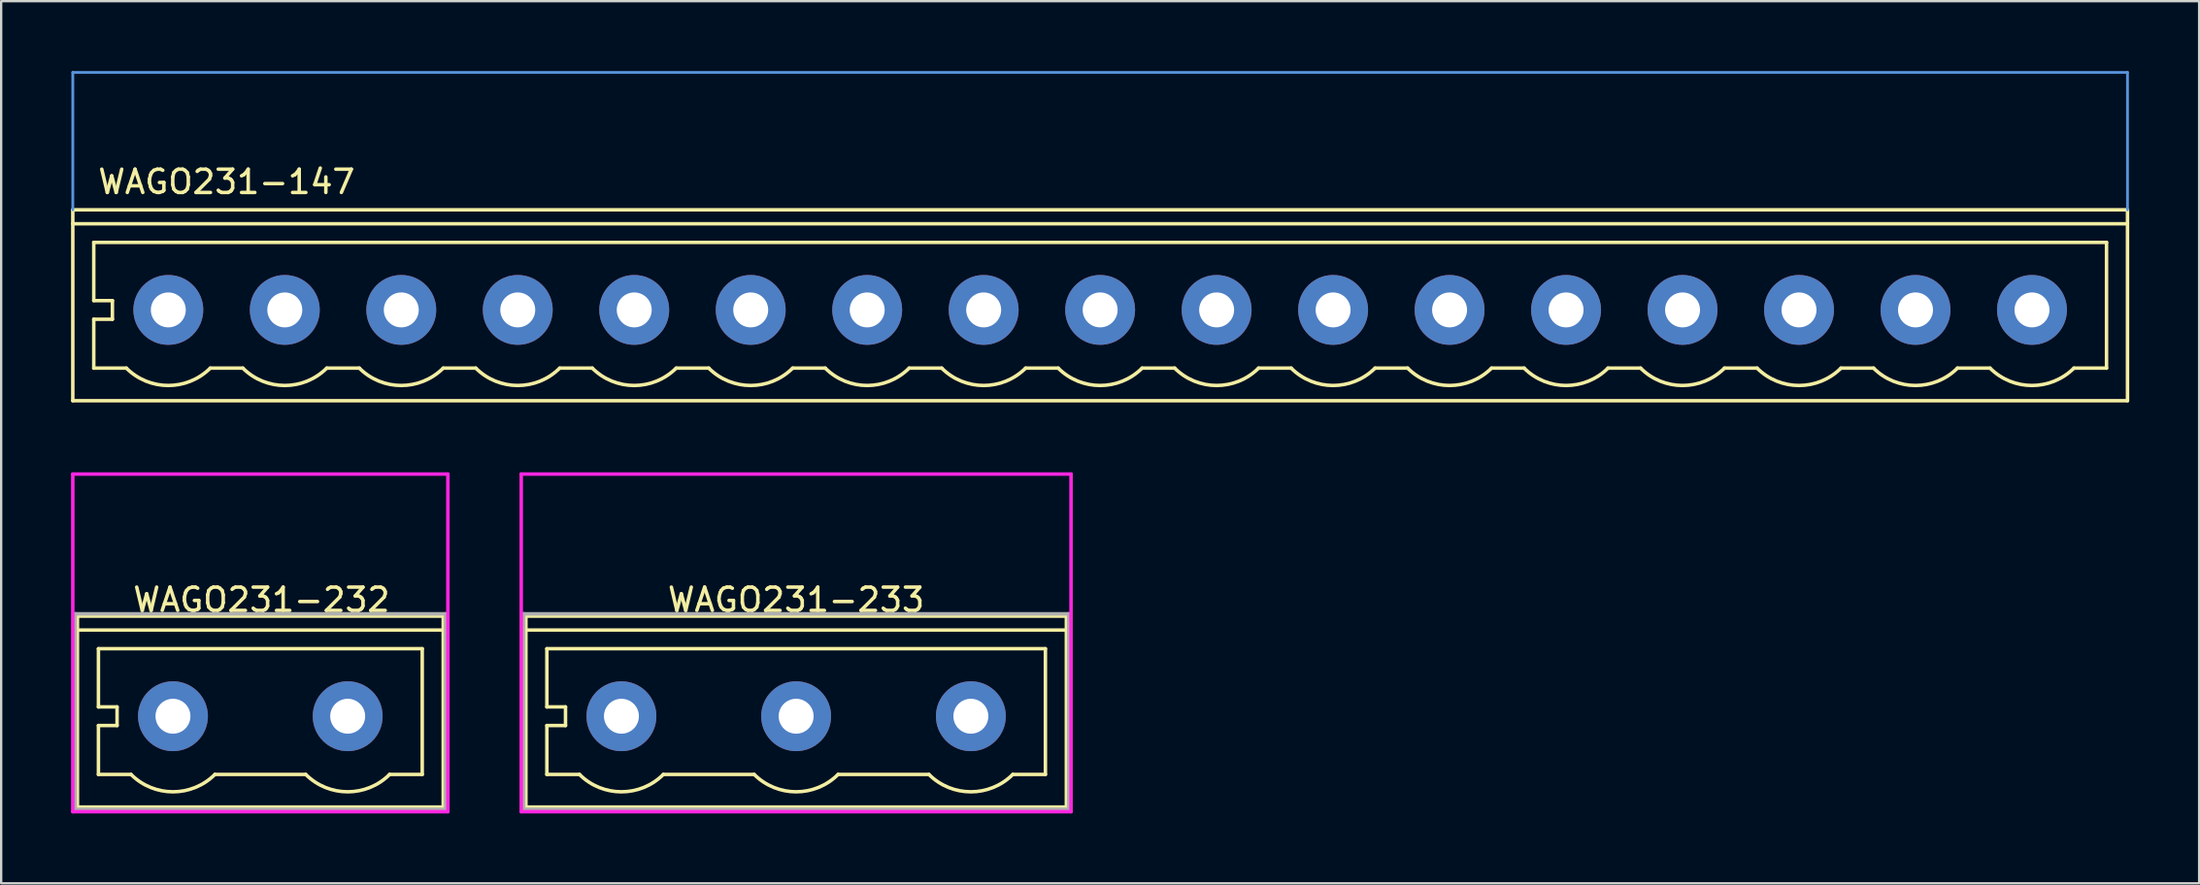
<source format=kicad_pcb>
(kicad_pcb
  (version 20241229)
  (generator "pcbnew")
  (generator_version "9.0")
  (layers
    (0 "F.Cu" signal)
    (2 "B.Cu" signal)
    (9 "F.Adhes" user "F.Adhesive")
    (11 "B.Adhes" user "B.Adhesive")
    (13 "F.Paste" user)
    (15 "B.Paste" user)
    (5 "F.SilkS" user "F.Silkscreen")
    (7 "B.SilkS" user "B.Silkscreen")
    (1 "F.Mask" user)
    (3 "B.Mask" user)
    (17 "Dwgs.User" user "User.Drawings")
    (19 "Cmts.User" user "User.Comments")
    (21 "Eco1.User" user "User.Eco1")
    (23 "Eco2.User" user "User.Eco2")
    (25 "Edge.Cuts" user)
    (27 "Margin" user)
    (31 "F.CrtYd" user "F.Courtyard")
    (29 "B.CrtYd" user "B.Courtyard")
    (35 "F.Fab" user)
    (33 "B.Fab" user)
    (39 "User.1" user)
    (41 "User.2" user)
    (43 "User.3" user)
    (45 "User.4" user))
  (footprint "WAGO231-147"
    (layer "F.Cu")
    (at 4.175 10.26)
    (property "Reference" "WAGO231-147" (at 2.5 -5.5 0) (layer "F.SilkS") (effects (font (size 1 1) (thickness 0.15))))
    (attr through_hole)
    (fp_line (start -4.1 -4.3) (end -4.1 3.9) (stroke (width 0.15) (type solid)) (layer "F.SilkS"))
    (fp_line (start -4.1 -3.7) (end 84.1 -3.7) (stroke (width 0.15) (type solid)) (layer "F.SilkS"))
    (fp_line (start -3.2 -0.4) (end -3.2 -2.9) (stroke (width 0.15) (type solid)) (layer "F.SilkS"))
    (fp_line (start -3.2 -0.4) (end -2.4 -0.4) (stroke (width 0.15) (type solid)) (layer "F.SilkS"))
    (fp_line (start -3.2 0.4) (end -3.2 2.5) (stroke (width 0.15) (type solid)) (layer "F.SilkS"))
    (fp_line (start -3.2 2.5) (end -1.8 2.5) (stroke (width 0.15) (type solid)) (layer "F.SilkS"))
    (fp_line (start -2.4 0.4) (end -3.2 0.4) (stroke (width 0.15) (type solid)) (layer "F.SilkS"))
    (fp_line (start -2.4 0.4) (end -2.4 -0.4) (stroke (width 0.15) (type solid)) (layer "F.SilkS"))
    (fp_line (start 1.8 2.5) (end 3.2 2.5) (stroke (width 0.15) (type solid)) (layer "F.SilkS"))
    (fp_line (start 6.8 2.5) (end 8.2 2.5) (stroke (width 0.15) (type solid)) (layer "F.SilkS"))
    (fp_line (start 11.8 2.5) (end 13.2 2.5) (stroke (width 0.15) (type solid)) (layer "F.SilkS"))
    (fp_line (start 16.8 2.5) (end 18.2 2.5) (stroke (width 0.15) (type solid)) (layer "F.SilkS"))
    (fp_line (start 21.8 2.5) (end 23.2 2.5) (stroke (width 0.15) (type solid)) (layer "F.SilkS"))
    (fp_line (start 26.8 2.5) (end 28.2 2.5) (stroke (width 0.15) (type solid)) (layer "F.SilkS"))
    (fp_line (start 31.8 2.5) (end 33.2 2.5) (stroke (width 0.15) (type solid)) (layer "F.SilkS"))
    (fp_line (start 36.8 2.5) (end 38.2 2.5) (stroke (width 0.15) (type solid)) (layer "F.SilkS"))
    (fp_line (start 41.8 2.5) (end 43.2 2.5) (stroke (width 0.15) (type solid)) (layer "F.SilkS"))
    (fp_line (start 46.8 2.5) (end 48.2 2.5) (stroke (width 0.15) (type solid)) (layer "F.SilkS"))
    (fp_line (start 51.8 2.5) (end 53.2 2.5) (stroke (width 0.15) (type solid)) (layer "F.SilkS"))
    (fp_line (start 56.8 2.5) (end 58.2 2.5) (stroke (width 0.15) (type solid)) (layer "F.SilkS"))
    (fp_line (start 61.8 2.5) (end 63.2 2.5) (stroke (width 0.15) (type solid)) (layer "F.SilkS"))
    (fp_line (start 66.8 2.5) (end 68.2 2.5) (stroke (width 0.15) (type solid)) (layer "F.SilkS"))
    (fp_line (start 71.8 2.5) (end 73.2 2.5) (stroke (width 0.15) (type solid)) (layer "F.SilkS"))
    (fp_line (start 78.2 2.5) (end 76.8 2.5) (stroke (width 0.15) (type solid)) (layer "F.SilkS"))
    (fp_line (start 81.8 2.5) (end 83.2 2.5) (stroke (width 0.15) (type solid)) (layer "F.SilkS"))
    (fp_line (start 83.2 -2.9) (end -3.2 -2.9) (stroke (width 0.15) (type solid)) (layer "F.SilkS"))
    (fp_line (start 83.2 -2.9) (end 83.2 2.5) (stroke (width 0.15) (type solid)) (layer "F.SilkS"))
    (fp_line (start 84.1 -4.3) (end -4.1 -4.3) (stroke (width 0.15) (type solid)) (layer "F.SilkS"))
    (fp_line (start 84.1 3.9) (end -4.1 3.9) (stroke (width 0.15) (type solid)) (layer "F.SilkS"))
    (fp_line (start 84.1 3.9) (end 84.1 -4.3) (stroke (width 0.15) (type solid)) (layer "F.SilkS"))
    (fp_arc (start 1.8 2.5) (mid 0 3.245584) (end -1.8 2.5) (stroke (width 0.15) (type solid)) (layer "F.SilkS"))
    (fp_arc (start 6.8 2.5) (mid 5 3.245584) (end 3.2 2.5) (stroke (width 0.15) (type solid)) (layer "F.SilkS"))
    (fp_arc (start 11.8 2.5) (mid 10 3.245584) (end 8.2 2.5) (stroke (width 0.15) (type solid)) (layer "F.SilkS"))
    (fp_arc (start 16.8 2.5) (mid 15 3.245584) (end 13.2 2.5) (stroke (width 0.15) (type solid)) (layer "F.SilkS"))
    (fp_arc (start 21.8 2.5) (mid 20 3.245584) (end 18.2 2.5) (stroke (width 0.15) (type solid)) (layer "F.SilkS"))
    (fp_arc (start 26.8 2.5) (mid 25 3.245584) (end 23.2 2.5) (stroke (width 0.15) (type solid)) (layer "F.SilkS"))
    (fp_arc (start 31.8 2.5) (mid 30 3.245584) (end 28.2 2.5) (stroke (width 0.15) (type solid)) (layer "F.SilkS"))
    (fp_arc (start 36.8 2.5) (mid 35 3.245584) (end 33.2 2.5) (stroke (width 0.15) (type solid)) (layer "F.SilkS"))
    (fp_arc (start 41.8 2.5) (mid 40 3.245584) (end 38.2 2.5) (stroke (width 0.15) (type solid)) (layer "F.SilkS"))
    (fp_arc (start 46.8 2.5) (mid 45 3.245584) (end 43.2 2.5) (stroke (width 0.15) (type solid)) (layer "F.SilkS"))
    (fp_arc (start 51.8 2.5) (mid 50 3.245584) (end 48.2 2.5) (stroke (width 0.15) (type solid)) (layer "F.SilkS"))
    (fp_arc (start 56.8 2.5) (mid 55 3.245584) (end 53.2 2.5) (stroke (width 0.15) (type solid)) (layer "F.SilkS"))
    (fp_arc (start 61.8 2.5) (mid 60 3.245584) (end 58.2 2.5) (stroke (width 0.15) (type solid)) (layer "F.SilkS"))
    (fp_arc (start 66.8 2.5) (mid 65 3.245584) (end 63.2 2.5) (stroke (width 0.15) (type solid)) (layer "F.SilkS"))
    (fp_arc (start 71.8 2.5) (mid 70 3.245584) (end 68.2 2.5) (stroke (width 0.15) (type solid)) (layer "F.SilkS"))
    (fp_arc (start 76.8 2.5) (mid 75 3.245584) (end 73.2 2.5) (stroke (width 0.15) (type solid)) (layer "F.SilkS"))
    (fp_arc (start 81.8 2.5) (mid 80 3.245584) (end 78.2 2.5) (stroke (width 0.15) (type solid)) (layer "F.SilkS"))
    (fp_line (start -4.1 -4.3) (end -4.1 -10.2) (stroke (width 0.12) (type solid)) (layer "Cmts.User"))
    (fp_line (start 84.1 -10.2) (end -4.1 -10.2) (stroke (width 0.12) (type solid)) (layer "Cmts.User"))
    (fp_line (start 84.1 -4.3) (end 84.1 -10.2) (stroke (width 0.12) (type solid)) (layer "Cmts.User"))
    (pad "1" thru_hole circle (at 0 0) (size 3 3) (drill 1.5) (layers "*.Cu" "*.Mask"))
    (pad "2" thru_hole circle (at 5 0) (size 3 3) (drill 1.5) (layers "*.Cu" "*.Mask"))
    (pad "3" thru_hole circle (at 10 0) (size 3 3) (drill 1.5) (layers "*.Cu" "*.Mask"))
    (pad "4" thru_hole circle (at 15 0) (size 3 3) (drill 1.5) (layers "*.Cu" "*.Mask"))
    (pad "5" thru_hole circle (at 20 0) (size 3 3) (drill 1.5) (layers "*.Cu" "*.Mask"))
    (pad "6" thru_hole circle (at 25 0) (size 3 3) (drill 1.5) (layers "*.Cu" "*.Mask"))
    (pad "7" thru_hole circle (at 30 0) (size 3 3) (drill 1.5) (layers "*.Cu" "*.Mask"))
    (pad "8" thru_hole circle (at 35 0) (size 3 3) (drill 1.5) (layers "*.Cu" "*.Mask"))
    (pad "9" thru_hole circle (at 40 0) (size 3 3) (drill 1.5) (layers "*.Cu" "*.Mask"))
    (pad "10" thru_hole circle (at 45 0) (size 3 3) (drill 1.5) (layers "*.Cu" "*.Mask"))
    (pad "11" thru_hole circle (at 50 0) (size 3 3) (drill 1.5) (layers "*.Cu" "*.Mask"))
    (pad "12" thru_hole circle (at 55 0) (size 3 3) (drill 1.5) (layers "*.Cu" "*.Mask"))
    (pad "13" thru_hole circle (at 60 0) (size 3 3) (drill 1.5) (layers "*.Cu" "*.Mask"))
    (pad "14" thru_hole circle (at 65 0) (size 3 3) (drill 1.5) (layers "*.Cu" "*.Mask"))
    (pad "15" thru_hole circle (at 70 0) (size 3 3) (drill 1.5) (layers "*.Cu" "*.Mask"))
    (pad "16" thru_hole circle (at 75 0) (size 3 3) (drill 1.5) (layers "*.Cu" "*.Mask"))
    (pad "17" thru_hole circle (at 80 0) (size 3 3) (drill 1.5) (layers "*.Cu" "*.Mask")))
  (footprint "WAGO231-233"
    (layer "F.Cu")
    (at 23.625 27.71)
    (property "Reference" "WAGO231-233" (at 7.5 -5 0) (layer "F.SilkS") (effects (font (size 1 1) (thickness 0.15))))
    (attr through_hole)
    (fp_line (start -4.1 -4.3) (end -4.1 3.9) (stroke (width 0.15) (type solid)) (layer "F.SilkS"))
    (fp_line (start -4.1 -4.3) (end 19.1 -4.3) (stroke (width 0.15) (type solid)) (layer "F.SilkS"))
    (fp_line (start -3.2 -2.9) (end 18.2 -2.9) (stroke (width 0.15) (type solid)) (layer "F.SilkS"))
    (fp_line (start -3.2 -0.4) (end -3.2 -2.9) (stroke (width 0.15) (type solid)) (layer "F.SilkS"))
    (fp_line (start -3.2 -0.4) (end -2.4 -0.4) (stroke (width 0.15) (type solid)) (layer "F.SilkS"))
    (fp_line (start -3.2 0.4) (end -3.2 2.5) (stroke (width 0.15) (type solid)) (layer "F.SilkS"))
    (fp_line (start -3.2 2.5) (end -1.8 2.5) (stroke (width 0.15) (type solid)) (layer "F.SilkS"))
    (fp_line (start -2.4 0.4) (end -3.2 0.4) (stroke (width 0.15) (type solid)) (layer "F.SilkS"))
    (fp_line (start -2.4 0.4) (end -2.4 -0.4) (stroke (width 0.15) (type solid)) (layer "F.SilkS"))
    (fp_line (start 1.8 2.5) (end 5.7 2.5) (stroke (width 0.15) (type solid)) (layer "F.SilkS"))
    (fp_line (start 9.3 2.5) (end 13.2 2.5) (stroke (width 0.15) (type solid)) (layer "F.SilkS"))
    (fp_line (start 16.8 2.5) (end 18.2 2.5) (stroke (width 0.15) (type solid)) (layer "F.SilkS"))
    (fp_line (start 18.2 2.5) (end 18.2 -2.9) (stroke (width 0.15) (type solid)) (layer "F.SilkS"))
    (fp_line (start 19.1 -3.7) (end -4.1 -3.7) (stroke (width 0.15) (type solid)) (layer "F.SilkS"))
    (fp_line (start 19.1 3.9) (end -4.1 3.9) (stroke (width 0.15) (type solid)) (layer "F.SilkS"))
    (fp_line (start 19.1 3.9) (end 19.1 -4.3) (stroke (width 0.15) (type solid)) (layer "F.SilkS"))
    (fp_arc (start 1.8 2.5) (mid 0 3.245584) (end -1.8 2.5) (stroke (width 0.15) (type solid)) (layer "F.SilkS"))
    (fp_arc (start 9.3 2.5) (mid 7.5 3.245584) (end 5.7 2.5) (stroke (width 0.15) (type solid)) (layer "F.SilkS"))
    (fp_arc (start 16.8 2.5) (mid 15 3.245584) (end 13.2 2.5) (stroke (width 0.15) (type solid)) (layer "F.SilkS"))
    (fp_line (start -4.3 -10.4) (end 19.3 -10.4) (stroke (width 0.15) (type solid)) (layer "F.CrtYd"))
    (fp_line (start -4.3 4.1) (end -4.3 -10.4) (stroke (width 0.15) (type solid)) (layer "F.CrtYd"))
    (fp_line (start -4.3 4.1) (end 19.3 4.1) (stroke (width 0.15) (type solid)) (layer "F.CrtYd"))
    (fp_line (start 19.3 -10.4) (end 19.3 4.1) (stroke (width 0.15) (type solid)) (layer "F.CrtYd"))
    (fp_line (start -4.2 -4.4) (end 19.2 -4.4) (stroke (width 0.15) (type solid)) (layer "F.Fab"))
    (fp_line (start -4.2 4) (end -4.2 -4.4) (stroke (width 0.15) (type solid)) (layer "F.Fab"))
    (fp_line (start 19.2 -4.4) (end 19.2 4) (stroke (width 0.15) (type solid)) (layer "F.Fab"))
    (fp_line (start 19.2 4) (end -4.2 4) (stroke (width 0.15) (type solid)) (layer "F.Fab"))
    (pad "1" thru_hole circle (at 0 0) (size 3 3) (drill 1.5) (layers "*.Cu" "*.Mask"))
    (pad "2" thru_hole circle (at 7.5 0) (size 3 3) (drill 1.5) (layers "*.Cu" "*.Mask"))
    (pad "3" thru_hole circle (at 15 0) (size 3 3) (drill 1.5) (layers "*.Cu" "*.Mask")))
  (footprint "WAGO231-232"
    (layer "F.Cu")
    (at 4.375 27.71)
    (property "Reference" "WAGO231-232" (at 3.8 -5 0) (layer "F.SilkS") (effects (font (size 1 1) (thickness 0.15))))
    (attr through_hole)
    (fp_line (start -4.1 -4.3) (end -4.1 3.9) (stroke (width 0.15) (type solid)) (layer "F.SilkS"))
    (fp_line (start -4.1 -4.3) (end 11.6 -4.3) (stroke (width 0.15) (type solid)) (layer "F.SilkS"))
    (fp_line (start -3.2 -2.9) (end 10.7 -2.9) (stroke (width 0.15) (type solid)) (layer "F.SilkS"))
    (fp_line (start -3.2 -0.4) (end -3.2 -2.9) (stroke (width 0.15) (type solid)) (layer "F.SilkS"))
    (fp_line (start -3.2 -0.4) (end -2.4 -0.4) (stroke (width 0.15) (type solid)) (layer "F.SilkS"))
    (fp_line (start -3.2 0.4) (end -3.2 2.5) (stroke (width 0.15) (type solid)) (layer "F.SilkS"))
    (fp_line (start -3.2 2.5) (end -1.8 2.5) (stroke (width 0.15) (type solid)) (layer "F.SilkS"))
    (fp_line (start -2.4 0.4) (end -3.2 0.4) (stroke (width 0.15) (type solid)) (layer "F.SilkS"))
    (fp_line (start -2.4 0.4) (end -2.4 -0.4) (stroke (width 0.15) (type solid)) (layer "F.SilkS"))
    (fp_line (start 1.8 2.5) (end 5.7 2.5) (stroke (width 0.15) (type solid)) (layer "F.SilkS"))
    (fp_line (start 9.3 2.5) (end 10.7 2.5) (stroke (width 0.15) (type solid)) (layer "F.SilkS"))
    (fp_line (start 10.7 2.5) (end 10.7 -2.9) (stroke (width 0.15) (type solid)) (layer "F.SilkS"))
    (fp_line (start 11.6 -3.7) (end -4.1 -3.7) (stroke (width 0.15) (type solid)) (layer "F.SilkS"))
    (fp_line (start 11.6 3.9) (end -4.1 3.9) (stroke (width 0.15) (type solid)) (layer "F.SilkS"))
    (fp_line (start 11.6 3.9) (end 11.6 -4.3) (stroke (width 0.15) (type solid)) (layer "F.SilkS"))
    (fp_arc (start 1.8 2.5) (mid 0 3.245584) (end -1.8 2.5) (stroke (width 0.15) (type solid)) (layer "F.SilkS"))
    (fp_arc (start 9.3 2.5) (mid 7.5 3.245584) (end 5.7 2.5) (stroke (width 0.15) (type solid)) (layer "F.SilkS"))
    (fp_line (start -4.3 -10.4) (end 11.8 -10.4) (stroke (width 0.15) (type solid)) (layer "F.CrtYd"))
    (fp_line (start -4.3 4.1) (end -4.3 -10.4) (stroke (width 0.15) (type solid)) (layer "F.CrtYd"))
    (fp_line (start 11.8 -10.4) (end 11.8 4.1) (stroke (width 0.15) (type solid)) (layer "F.CrtYd"))
    (fp_line (start 11.8 4.1) (end -4.3 4.1) (stroke (width 0.15) (type solid)) (layer "F.CrtYd"))
    (fp_line (start -4.2 -4.4) (end 11.7 -4.4) (stroke (width 0.15) (type solid)) (layer "F.Fab"))
    (fp_line (start -4.2 4) (end -4.2 -4.4) (stroke (width 0.15) (type solid)) (layer "F.Fab"))
    (fp_line (start 11.7 -4.4) (end 11.7 4) (stroke (width 0.15) (type solid)) (layer "F.Fab"))
    (fp_line (start 11.7 4) (end -4.2 4) (stroke (width 0.15) (type solid)) (layer "F.Fab"))
    (pad "1" thru_hole circle (at 0 0) (size 3 3) (drill 1.5) (layers "*.Cu" "*.Mask"))
    (pad "2" thru_hole circle (at 7.5 0) (size 3 3) (drill 1.5) (layers "*.Cu" "*.Mask")))
  (gr_rect
    (start -3 -3)
    (end 91.35 34.885)
    (stroke (width 0.1) (type default))
    (fill no)
    (layer "Edge.Cuts")))
</source>
